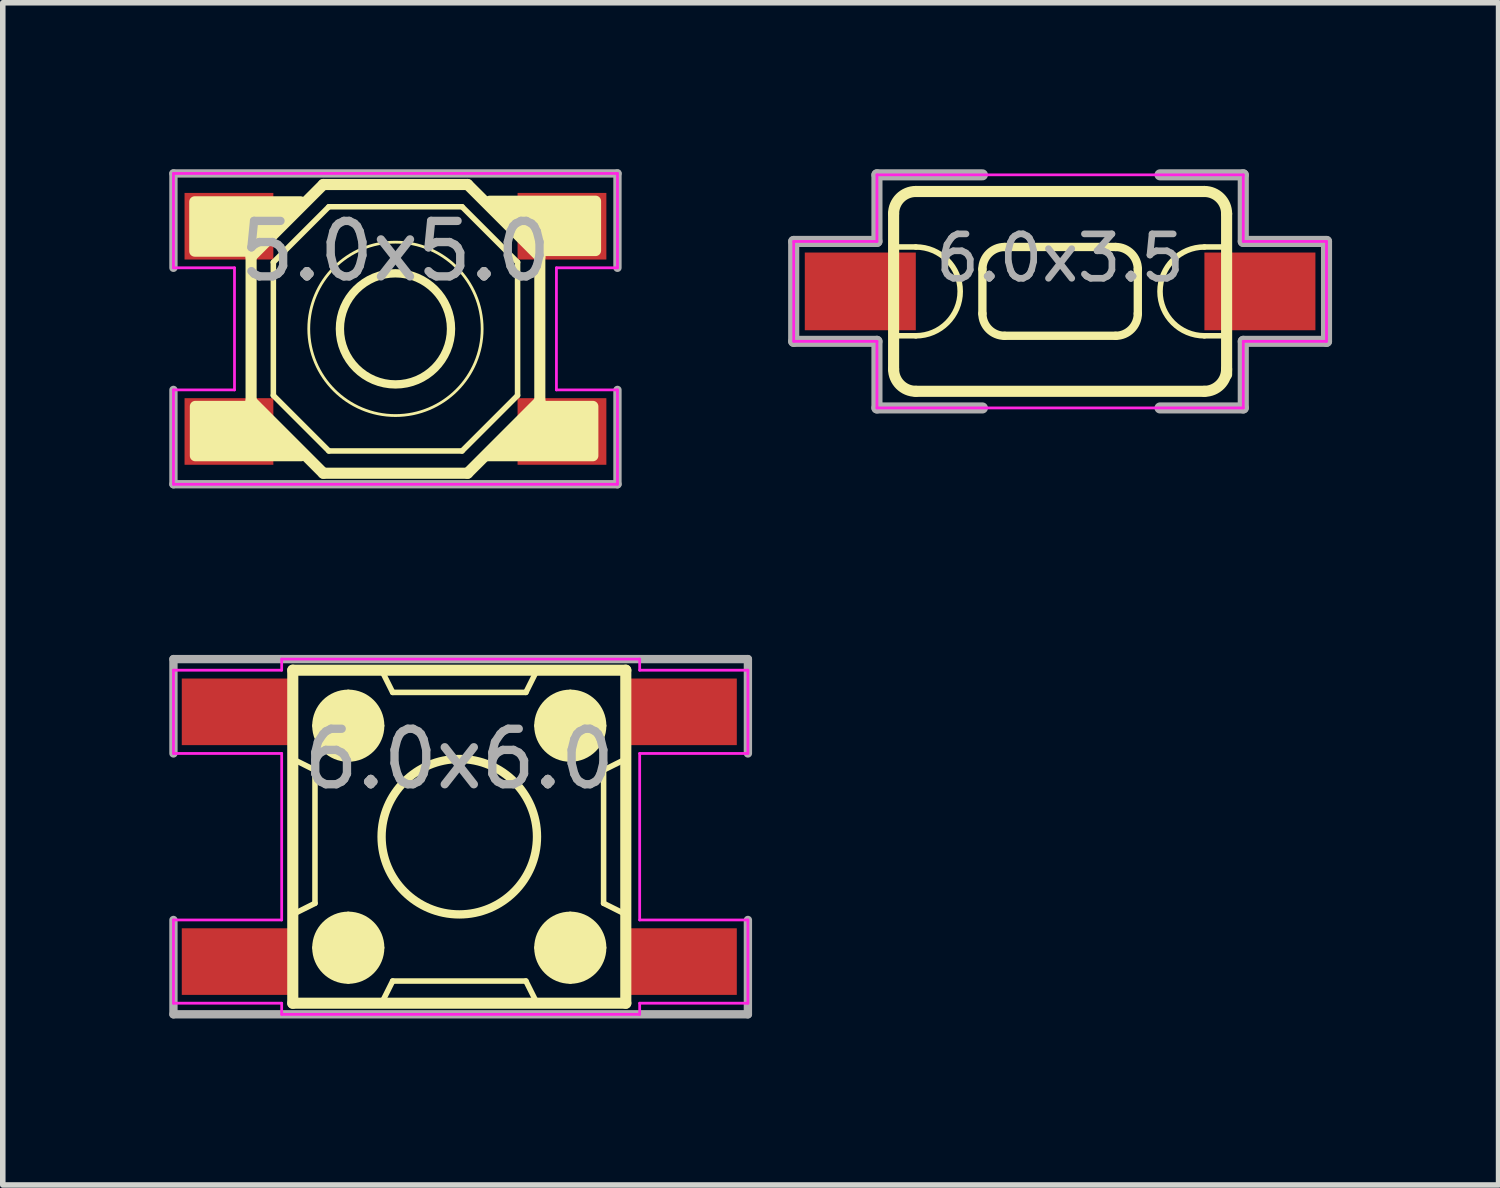
<source format=kicad_pcb>
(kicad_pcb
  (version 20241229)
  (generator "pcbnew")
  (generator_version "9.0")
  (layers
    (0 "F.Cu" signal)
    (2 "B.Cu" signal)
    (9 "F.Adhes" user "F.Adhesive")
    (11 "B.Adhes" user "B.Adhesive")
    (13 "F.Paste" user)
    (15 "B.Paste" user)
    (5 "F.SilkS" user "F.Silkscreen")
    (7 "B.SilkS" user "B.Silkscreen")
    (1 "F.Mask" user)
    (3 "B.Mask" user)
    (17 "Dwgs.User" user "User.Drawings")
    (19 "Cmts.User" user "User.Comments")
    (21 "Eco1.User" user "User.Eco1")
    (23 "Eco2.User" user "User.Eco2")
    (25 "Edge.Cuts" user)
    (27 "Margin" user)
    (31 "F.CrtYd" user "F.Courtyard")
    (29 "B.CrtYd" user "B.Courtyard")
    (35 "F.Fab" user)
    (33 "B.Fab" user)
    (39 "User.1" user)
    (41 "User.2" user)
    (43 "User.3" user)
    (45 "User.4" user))
  (footprint "6.0x6.0"
    (layer "F.Cu")
    (at 5.225 12.025)
    (property "Reference" "6.0x6.0" (at 0 -1.4 0) (layer "F.Fab") (effects (font (size 1 1) (thickness 0.15))))
    (attr through_hole)
    (fp_line (start -3 -3) (end -3 3) (stroke (width 0.2) (type solid)) (layer "F.SilkS"))
    (fp_line (start -3 -3) (end 3 -3) (stroke (width 0.2) (type solid)) (layer "F.SilkS"))
    (fp_line (start -3 -1.4) (end -2.6 -1.2) (stroke (width 0.1) (type solid)) (layer "F.SilkS"))
    (fp_line (start -3 3) (end 3 3) (stroke (width 0.2) (type solid)) (layer "F.SilkS"))
    (fp_line (start -2.6 -1.2) (end -2.6 1.2) (stroke (width 0.1) (type solid)) (layer "F.SilkS"))
    (fp_line (start -2.6 1.2) (end -3 1.4) (stroke (width 0.1) (type solid)) (layer "F.SilkS"))
    (fp_line (start -1.4 3) (end -1.2 2.6) (stroke (width 0.1) (type solid)) (layer "F.SilkS"))
    (fp_line (start -1.2 -2.6) (end -1.4 -3) (stroke (width 0.1) (type solid)) (layer "F.SilkS"))
    (fp_line (start -1.2 2.6) (end 1.2 2.6) (stroke (width 0.1) (type solid)) (layer "F.SilkS"))
    (fp_line (start 1.2 -2.6) (end -1.2 -2.6) (stroke (width 0.1) (type solid)) (layer "F.SilkS"))
    (fp_line (start 1.2 2.6) (end 1.4 3) (stroke (width 0.1) (type solid)) (layer "F.SilkS"))
    (fp_line (start 1.4 -3) (end 1.2 -2.6) (stroke (width 0.1) (type solid)) (layer "F.SilkS"))
    (fp_line (start 2.6 -1.2) (end 3 -1.4) (stroke (width 0.1) (type solid)) (layer "F.SilkS"))
    (fp_line (start 2.6 1.2) (end 2.6 -1.2) (stroke (width 0.1) (type solid)) (layer "F.SilkS"))
    (fp_line (start 3 -3) (end 3 3) (stroke (width 0.2) (type solid)) (layer "F.SilkS"))
    (fp_line (start 3 1.4) (end 2.6 1.2) (stroke (width 0.1) (type solid)) (layer "F.SilkS"))
    (fp_circle (center -2 -2) (end -1.4 -2) (stroke (width 0.1) (type solid)) (fill no) (layer "F.SilkS"))
    (fp_circle (center -2 2) (end -1.4 2) (stroke (width 0.1) (type solid)) (fill no) (layer "F.SilkS"))
    (fp_circle (center 0 0) (end -1.4 0) (stroke (width 0.15) (type solid)) (fill no) (layer "F.SilkS"))
    (fp_circle (center 2 -2) (end 2.6 -2) (stroke (width 0.1) (type solid)) (fill no) (layer "F.SilkS"))
    (fp_circle (center 2 2) (end 2.6 2) (stroke (width 0.1) (type solid)) (fill no) (layer "F.SilkS"))
    (fp_poly (pts (xy -1.6 -2.4) (xy -1.4 -2) (xy -1.6 -1.6) (xy -2 -1.4) (xy -2.4 -1.6) (xy -2.6 -2) (xy -2.4 -2.4) (xy -2 -2.6)) (stroke (width 0.1) (type solid)) (fill yes) (layer "F.SilkS"))
    (fp_poly (pts (xy -1.6 1.6) (xy -1.4 2) (xy -1.6 2.4) (xy -2 2.6) (xy -2.4 2.4) (xy -2.6 2) (xy -2.4 1.6) (xy -2 1.4)) (stroke (width 0.1) (type solid)) (fill yes) (layer "F.SilkS"))
    (fp_poly (pts (xy 2.4 -2.4) (xy 2.6 -2) (xy 2.4 -1.6) (xy 2 -1.4) (xy 1.6 -1.6) (xy 1.4 -2) (xy 1.6 -2.4) (xy 2 -2.6)) (stroke (width 0.1) (type solid)) (fill yes) (layer "F.SilkS"))
    (fp_poly (pts (xy 2.4 1.6) (xy 2.6 2) (xy 2.4 2.4) (xy 2 2.6) (xy 1.6 2.4) (xy 1.4 2) (xy 1.6 1.6) (xy 2 1.4)) (stroke (width 0.1) (type solid)) (fill yes) (layer "F.SilkS"))
    (fp_line (start -5.15 -3) (end -5.15 -1.5) (stroke (width 0.05) (type solid)) (layer "F.CrtYd"))
    (fp_line (start -5.15 -3) (end -3.2 -3) (stroke (width 0.05) (type solid)) (layer "F.CrtYd"))
    (fp_line (start -5.15 -1.5) (end -3.2 -1.5) (stroke (width 0.05) (type solid)) (layer "F.CrtYd"))
    (fp_line (start -5.15 1.5) (end -5.15 3) (stroke (width 0.05) (type solid)) (layer "F.CrtYd"))
    (fp_line (start -5.15 1.5) (end -3.2 1.5) (stroke (width 0.05) (type solid)) (layer "F.CrtYd"))
    (fp_line (start -5.15 3) (end -3.2 3) (stroke (width 0.05) (type solid)) (layer "F.CrtYd"))
    (fp_line (start -3.2 -3.2) (end -3.2 -3) (stroke (width 0.05) (type solid)) (layer "F.CrtYd"))
    (fp_line (start -3.2 -3.2) (end 3.25 -3.2) (stroke (width 0.05) (type solid)) (layer "F.CrtYd"))
    (fp_line (start -3.2 -1.5) (end -3.2 1.5) (stroke (width 0.05) (type solid)) (layer "F.CrtYd"))
    (fp_line (start -3.2 3) (end -3.2 3.2) (stroke (width 0.05) (type solid)) (layer "F.CrtYd"))
    (fp_line (start -3.2 3.2) (end 3.25 3.2) (stroke (width 0.05) (type solid)) (layer "F.CrtYd"))
    (fp_line (start 3.25 -3.2) (end 3.25 -3) (stroke (width 0.05) (type solid)) (layer "F.CrtYd"))
    (fp_line (start 3.25 -3) (end 5.2 -3) (stroke (width 0.05) (type solid)) (layer "F.CrtYd"))
    (fp_line (start 3.25 -1.5) (end 3.25 1.5) (stroke (width 0.05) (type solid)) (layer "F.CrtYd"))
    (fp_line (start 3.25 -1.5) (end 5.2 -1.5) (stroke (width 0.05) (type solid)) (layer "F.CrtYd"))
    (fp_line (start 3.25 1.5) (end 5.2 1.5) (stroke (width 0.05) (type solid)) (layer "F.CrtYd"))
    (fp_line (start 3.25 3) (end 3.25 3.2) (stroke (width 0.05) (type solid)) (layer "F.CrtYd"))
    (fp_line (start 3.25 3) (end 5.2 3) (stroke (width 0.05) (type solid)) (layer "F.CrtYd"))
    (fp_line (start 5.2 -3) (end 5.2 -1.5) (stroke (width 0.05) (type solid)) (layer "F.CrtYd"))
    (fp_line (start 5.2 1.5) (end 5.2 3) (stroke (width 0.05) (type solid)) (layer "F.CrtYd"))
    (fp_line (start -5.15 -3.2) (end -5.15 -1.5) (stroke (width 0.15) (type solid)) (layer "F.Fab"))
    (fp_line (start -5.15 -3.2) (end 5.2 -3.2) (stroke (width 0.15) (type solid)) (layer "F.Fab"))
    (fp_line (start -5.15 1.5) (end -5.15 3.2) (stroke (width 0.15) (type solid)) (layer "F.Fab"))
    (fp_line (start -5.15 3.2) (end 5.2 3.2) (stroke (width 0.15) (type solid)) (layer "F.Fab"))
    (fp_line (start 5.2 -3.2) (end 5.2 -1.5) (stroke (width 0.15) (type solid)) (layer "F.Fab"))
    (fp_line (start 5.2 1.5) (end 5.2 3.2) (stroke (width 0.15) (type solid)) (layer "F.Fab"))
    (pad "1" smd rect (at -4 -2.25) (size 2 1.2) (layers "F.Cu" "F.Mask" "F.Paste"))
    (pad "2" smd rect (at -4 2.25) (size 2 1.2) (layers "F.Cu" "F.Mask" "F.Paste"))
    (pad "3" smd rect (at 4 -2.25) (size 2 1.2) (layers "F.Cu" "F.Mask" "F.Paste"))
    (pad "4" smd rect (at 4 2.25) (size 2 1.2) (layers "F.Cu" "F.Mask" "F.Paste")))
  (footprint "5.0x5.0"
    (layer "F.Cu")
    (at 4.075 2.875)
    (property "Reference" "5.0x5.0" (at 0 -1.4 0) (layer "F.Fab") (effects (font (size 1 1) (thickness 0.15))))
    (attr through_hole)
    (fp_line (start -2.601 -1.3) (end -2.601 1.3) (stroke (width 0.2) (type solid)) (layer "F.SilkS"))
    (fp_line (start -2.601 1.3) (end -1.3 2.601) (stroke (width 0.2) (type solid)) (layer "F.SilkS"))
    (fp_line (start -2.2 -1.2) (end -2.2 1.2) (stroke (width 0.1) (type solid)) (layer "F.SilkS"))
    (fp_line (start -2.2 -1.2) (end -1.2 -2.2) (stroke (width 0.1) (type solid)) (layer "F.SilkS"))
    (fp_line (start -1.3 -2.601) (end -2.601 -1.3) (stroke (width 0.2) (type solid)) (layer "F.SilkS"))
    (fp_line (start -1.3 2.601) (end 1.3 2.601) (stroke (width 0.2) (type solid)) (layer "F.SilkS"))
    (fp_line (start -1.2 -2.2) (end 1.2 -2.2) (stroke (width 0.1) (type solid)) (layer "F.SilkS"))
    (fp_line (start -1.2 2.2) (end -2.2 1.2) (stroke (width 0.1) (type solid)) (layer "F.SilkS"))
    (fp_line (start 1.2 -2.2) (end 2.2 -1.2) (stroke (width 0.1) (type solid)) (layer "F.SilkS"))
    (fp_line (start 1.2 2.2) (end -1.2 2.2) (stroke (width 0.1) (type solid)) (layer "F.SilkS"))
    (fp_line (start 1.3 -2.601) (end -1.3 -2.601) (stroke (width 0.2) (type solid)) (layer "F.SilkS"))
    (fp_line (start 1.3 2.601) (end 2.601 1.3) (stroke (width 0.2) (type solid)) (layer "F.SilkS"))
    (fp_line (start 2.2 -1.2) (end 2.2 1.2) (stroke (width 0.1) (type solid)) (layer "F.SilkS"))
    (fp_line (start 2.2 1.2) (end 1.2 2.2) (stroke (width 0.1) (type solid)) (layer "F.SilkS"))
    (fp_line (start 2.601 -1.3) (end 1.3 -2.601) (stroke (width 0.2) (type solid)) (layer "F.SilkS"))
    (fp_line (start 2.601 1.3) (end 2.601 -1.3) (stroke (width 0.2) (type solid)) (layer "F.SilkS"))
    (fp_circle (center 0 0) (end -1.001 0) (stroke (width 0.15) (type solid)) (fill no) (layer "F.SilkS"))
    (fp_circle (center 0 0) (end 1 1.2) (stroke (width 0.05) (type solid)) (fill no) (layer "F.SilkS"))
    (fp_poly (pts (xy -3.616 -1.4) (xy -2.6 -1.4) (xy -1.711 -2.289) (xy -3.616 -2.289)) (stroke (width 0.2) (type solid)) (fill yes) (layer "F.SilkS"))
    (fp_poly (pts (xy -3.605 1.397) (xy -2.589 1.397) (xy -1.7 2.286) (xy -3.605 2.286)) (stroke (width 0.2) (type solid)) (fill yes) (layer "F.SilkS"))
    (fp_poly (pts (xy 3.556 1.397) (xy 2.54 1.397) (xy 1.651 2.286) (xy 3.556 2.286)) (stroke (width 0.2) (type solid)) (fill yes) (layer "F.SilkS"))
    (fp_poly (pts (xy 3.605 -1.411) (xy 2.589 -1.411) (xy 1.7 -2.3) (xy 3.605 -2.3)) (stroke (width 0.2) (type solid)) (fill yes) (layer "F.SilkS"))
    (fp_line (start -4 -2.8) (end -4 -1.1) (stroke (width 0.05) (type solid)) (layer "F.CrtYd"))
    (fp_line (start -4 -2.8) (end 4 -2.8) (stroke (width 0.05) (type solid)) (layer "F.CrtYd"))
    (fp_line (start -4 -1.1) (end -2.9 -1.1) (stroke (width 0.05) (type solid)) (layer "F.CrtYd"))
    (fp_line (start -4 1.1) (end -4 2.8) (stroke (width 0.05) (type solid)) (layer "F.CrtYd"))
    (fp_line (start -4 1.1) (end -2.9 1.1) (stroke (width 0.05) (type solid)) (layer "F.CrtYd"))
    (fp_line (start -2.9 -1.1) (end -2.9 1.1) (stroke (width 0.05) (type solid)) (layer "F.CrtYd"))
    (fp_line (start 2.9 -1.1) (end 2.9 1.1) (stroke (width 0.05) (type solid)) (layer "F.CrtYd"))
    (fp_line (start 2.9 -1.1) (end 4 -1.1) (stroke (width 0.05) (type solid)) (layer "F.CrtYd"))
    (fp_line (start 2.9 1.1) (end 4 1.1) (stroke (width 0.05) (type solid)) (layer "F.CrtYd"))
    (fp_line (start 4 -2.8) (end 4 -1.1) (stroke (width 0.05) (type solid)) (layer "F.CrtYd"))
    (fp_line (start 4 1.1) (end 4 2.8) (stroke (width 0.05) (type solid)) (layer "F.CrtYd"))
    (fp_line (start 4 2.8) (end -4 2.8) (stroke (width 0.05) (type solid)) (layer "F.CrtYd"))
    (fp_line (start -4 -2.8) (end -4 -1.1) (stroke (width 0.15) (type solid)) (layer "F.Fab"))
    (fp_line (start -4 -2.8) (end 4 -2.8) (stroke (width 0.15) (type solid)) (layer "F.Fab"))
    (fp_line (start -4 1.1) (end -4 2.8) (stroke (width 0.15) (type solid)) (layer "F.Fab"))
    (fp_line (start -4 2.8) (end 4 2.8) (stroke (width 0.15) (type solid)) (layer "F.Fab"))
    (fp_line (start 4 -2.8) (end 4 -1.1) (stroke (width 0.15) (type solid)) (layer "F.Fab"))
    (fp_line (start 4 1.1) (end 4 2.8) (stroke (width 0.15) (type solid)) (layer "F.Fab"))
    (pad "1" smd rect (at -3 -1.849) (size 1.6 1.2) (layers "F.Cu" "F.Mask" "F.Paste"))
    (pad "2" smd rect (at -3 1.849) (size 1.6 1.2) (layers "F.Cu" "F.Mask" "F.Paste"))
    (pad "3" smd rect (at 3 -1.849) (size 1.6 1.2) (layers "F.Cu" "F.Mask" "F.Paste"))
    (pad "4" smd rect (at 3 1.849) (size 1.6 1.2) (layers "F.Cu" "F.Mask" "F.Paste")))
  (footprint "6.0x3.5"
    (layer "F.Cu")
    (at 16.05 2.2)
    (property "Reference" "6.0x3.5" (at 0 -0.6 0) (layer "F.Fab") (effects (font (size 0.8 0.8) (thickness 0.12))))
    (attr through_hole)
    (fp_line (start -3 1.4) (end -3 -1.4) (stroke (width 0.2) (type solid)) (layer "F.SilkS"))
    (fp_line (start -2.6 -1.8) (end 2.6 -1.8) (stroke (width 0.2) (type solid)) (layer "F.SilkS"))
    (fp_line (start -2.6 -0.8) (end -3 -0.8) (stroke (width 0.1) (type solid)) (layer "F.SilkS"))
    (fp_line (start -2.6 0.8) (end -3 0.8) (stroke (width 0.1) (type solid)) (layer "F.SilkS"))
    (fp_line (start -1.4 -0.4) (end -1.4 0.4) (stroke (width 0.15) (type solid)) (layer "F.SilkS"))
    (fp_line (start -1 -0.8) (end 1 -0.8) (stroke (width 0.15) (type solid)) (layer "F.SilkS"))
    (fp_line (start -1 0.8) (end 1 0.8) (stroke (width 0.15) (type solid)) (layer "F.SilkS"))
    (fp_line (start 1.4 -0.4) (end 1.4 0.4) (stroke (width 0.15) (type solid)) (layer "F.SilkS"))
    (fp_line (start 2.6 -0.8) (end 3 -0.8) (stroke (width 0.1) (type solid)) (layer "F.SilkS"))
    (fp_line (start 2.6 0.8) (end 3 0.8) (stroke (width 0.1) (type solid)) (layer "F.SilkS"))
    (fp_line (start 2.6 1.8) (end -2.6 1.8) (stroke (width 0.2) (type solid)) (layer "F.SilkS"))
    (fp_line (start 3 -1.4) (end 3 1.5) (stroke (width 0.2) (type solid)) (layer "F.SilkS"))
    (fp_arc (start -3 -1.4) (mid -2.882843 -1.682843) (end -2.6 -1.8) (stroke (width 0.2) (type solid)) (layer "F.SilkS"))
    (fp_arc (start -2.6 -0.8) (mid -1.8 0) (end -2.6 0.8) (stroke (width 0.1) (type solid)) (layer "F.SilkS"))
    (fp_arc (start -2.6 1.8) (mid -2.882843 1.682843) (end -3 1.4) (stroke (width 0.2) (type solid)) (layer "F.SilkS"))
    (fp_arc (start -1.4 -0.4) (mid -1.282843 -0.682843) (end -1 -0.8) (stroke (width 0.15) (type solid)) (layer "F.SilkS"))
    (fp_arc (start -1 0.8) (mid -1.282843 0.682843) (end -1.4 0.4) (stroke (width 0.15) (type solid)) (layer "F.SilkS"))
    (fp_arc (start 1 -0.8) (mid 1.282843 -0.682843) (end 1.4 -0.4) (stroke (width 0.15) (type solid)) (layer "F.SilkS"))
    (fp_arc (start 1.4 0.4) (mid 1.282843 0.682843) (end 1 0.8) (stroke (width 0.15) (type solid)) (layer "F.SilkS"))
    (fp_arc (start 2.6 -1.8) (mid 2.882843 -1.682843) (end 3 -1.4) (stroke (width 0.2) (type solid)) (layer "F.SilkS"))
    (fp_arc (start 2.6 0.8) (mid 1.8 0) (end 2.6 -0.8) (stroke (width 0.1) (type solid)) (layer "F.SilkS"))
    (fp_arc (start 3 1.4) (mid 2.882843 1.682843) (end 2.6 1.8) (stroke (width 0.2) (type solid)) (layer "F.SilkS"))
    (fp_line (start -4.8 0.9) (end -4.8 -0.9) (stroke (width 0.05) (type solid)) (layer "F.CrtYd"))
    (fp_line (start -3.3 -2.1) (end -3.3 -0.9) (stroke (width 0.05) (type solid)) (layer "F.CrtYd"))
    (fp_line (start -3.3 -0.9) (end -4.8 -0.9) (stroke (width 0.05) (type solid)) (layer "F.CrtYd"))
    (fp_line (start -3.3 0.9) (end -4.8 0.9) (stroke (width 0.05) (type solid)) (layer "F.CrtYd"))
    (fp_line (start -3.3 0.9) (end -3.3 2.1) (stroke (width 0.05) (type solid)) (layer "F.CrtYd"))
    (fp_line (start 3.3 -2.1) (end -3.3 -2.1) (stroke (width 0.05) (type solid)) (layer "F.CrtYd"))
    (fp_line (start 3.3 -2.1) (end 3.3 -0.9) (stroke (width 0.05) (type solid)) (layer "F.CrtYd"))
    (fp_line (start 3.3 -0.9) (end 4.8 -0.9) (stroke (width 0.05) (type solid)) (layer "F.CrtYd"))
    (fp_line (start 3.3 0.9) (end 3.3 2.1) (stroke (width 0.05) (type solid)) (layer "F.CrtYd"))
    (fp_line (start 3.3 0.9) (end 4.8 0.9) (stroke (width 0.05) (type solid)) (layer "F.CrtYd"))
    (fp_line (start 3.3 2.1) (end -3.3 2.1) (stroke (width 0.05) (type solid)) (layer "F.CrtYd"))
    (fp_line (start 4.8 -0.9) (end 4.8 0.9) (stroke (width 0.05) (type solid)) (layer "F.CrtYd"))
    (fp_line (start -4.8 -0.9) (end -4.8 0.9) (stroke (width 0.2) (type solid)) (layer "F.Fab"))
    (fp_line (start -4.8 -0.9) (end -3.3 -0.9) (stroke (width 0.2) (type solid)) (layer "F.Fab"))
    (fp_line (start -4.8 0.9) (end -3.3 0.9) (stroke (width 0.2) (type solid)) (layer "F.Fab"))
    (fp_line (start -3.3 -2.1) (end -1.4 -2.1) (stroke (width 0.2) (type solid)) (layer "F.Fab"))
    (fp_line (start -3.3 -0.9) (end -3.3 -2.1) (stroke (width 0.2) (type solid)) (layer "F.Fab"))
    (fp_line (start -3.3 2.1) (end -3.3 0.9) (stroke (width 0.2) (type solid)) (layer "F.Fab"))
    (fp_line (start -3.3 2.1) (end -1.4 2.1) (stroke (width 0.2) (type solid)) (layer "F.Fab"))
    (fp_line (start 1.8 -2.1) (end 3.3 -2.1) (stroke (width 0.2) (type solid)) (layer "F.Fab"))
    (fp_line (start 1.8 2.1) (end 3.3 2.1) (stroke (width 0.2) (type solid)) (layer "F.Fab"))
    (fp_line (start 3.3 -0.9) (end 3.3 -2.1) (stroke (width 0.2) (type solid)) (layer "F.Fab"))
    (fp_line (start 3.3 -0.9) (end 4.8 -0.9) (stroke (width 0.2) (type solid)) (layer "F.Fab"))
    (fp_line (start 3.3 0.9) (end 4.8 0.9) (stroke (width 0.2) (type solid)) (layer "F.Fab"))
    (fp_line (start 3.3 2.1) (end 3.3 0.9) (stroke (width 0.2) (type solid)) (layer "F.Fab"))
    (fp_line (start 4.8 -0.9) (end 4.8 0.9) (stroke (width 0.2) (type solid)) (layer "F.Fab"))
    (pad "1" smd rect (at -3.6 0) (size 2 1.4) (layers "F.Cu" "F.Mask" "F.Paste"))
    (pad "2" smd rect (at 3.6 0) (size 2 1.4) (layers "F.Cu" "F.Mask" "F.Paste")))
  (gr_rect
    (start -3 -3)
    (end 23.95 18.3)
    (stroke (width 0.1) (type default))
    (fill no)
    (layer "Edge.Cuts")))
</source>
